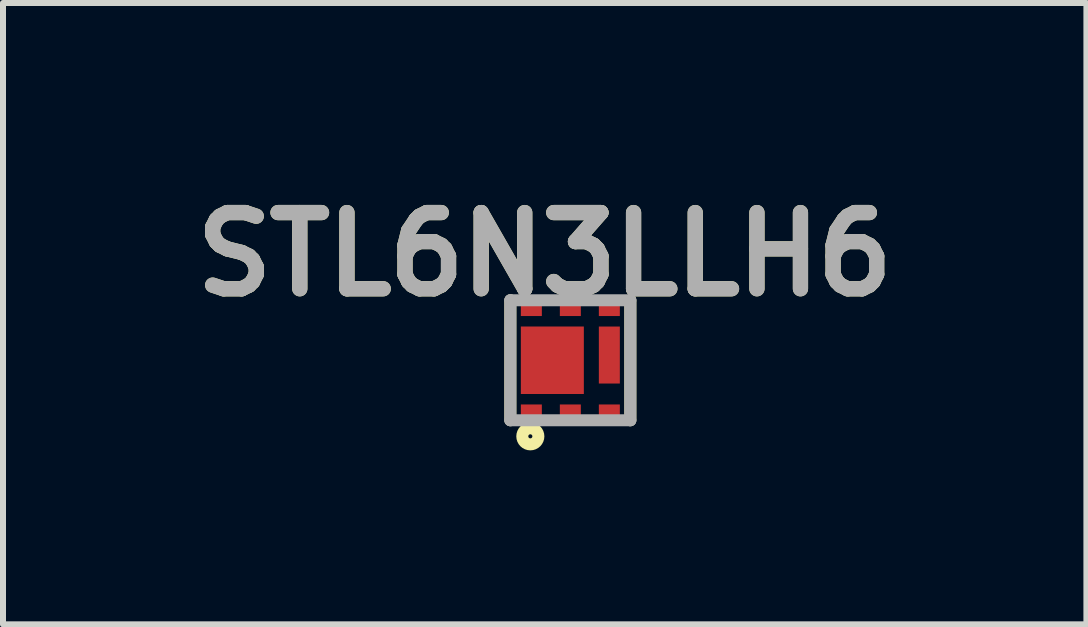
<source format=kicad_pcb>
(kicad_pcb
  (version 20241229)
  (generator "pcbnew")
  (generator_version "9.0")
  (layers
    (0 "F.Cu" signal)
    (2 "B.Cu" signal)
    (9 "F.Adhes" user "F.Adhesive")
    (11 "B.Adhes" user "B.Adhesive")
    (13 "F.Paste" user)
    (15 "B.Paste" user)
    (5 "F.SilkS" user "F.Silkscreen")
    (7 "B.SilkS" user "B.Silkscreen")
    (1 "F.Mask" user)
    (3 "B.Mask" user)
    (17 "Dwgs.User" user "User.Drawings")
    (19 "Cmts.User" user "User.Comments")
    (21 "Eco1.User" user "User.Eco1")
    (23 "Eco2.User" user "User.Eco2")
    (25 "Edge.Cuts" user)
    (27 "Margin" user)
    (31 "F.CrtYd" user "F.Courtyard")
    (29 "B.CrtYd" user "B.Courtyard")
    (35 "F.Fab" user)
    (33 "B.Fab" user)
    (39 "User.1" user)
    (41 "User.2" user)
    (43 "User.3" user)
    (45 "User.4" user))
  (footprint "STL6N3LLH6"
    (layer "F.Cu")
    (at 6.457 2.955)
    (property "Reference" "STL6N3LLH6" (at -0.428 -1.766 0) (layer "F.SilkS") (effects (font (size 1.27 1.27) (thickness 0.254))))
    (attr smd)
    (fp_line (start -1 -1) (end -1 1) (stroke (width 0.2) (type solid)) (layer "F.SilkS"))
    (fp_line (start 1 -1) (end 1 1) (stroke (width 0.2) (type solid)) (layer "F.SilkS"))
    (fp_circle (center -0.667 1.268) (end -0.667 1.302) (stroke (width 0.2) (type solid)) (fill no) (layer "F.SilkS"))
    (fp_line (start -1 -1) (end 1 -1) (stroke (width 0.2) (type solid)) (layer "F.Fab"))
    (fp_line (start -1 1) (end -1 -1) (stroke (width 0.2) (type solid)) (layer "F.Fab"))
    (fp_line (start 1 -1) (end 1 1) (stroke (width 0.2) (type solid)) (layer "F.Fab"))
    (fp_line (start 1 1) (end -1 1) (stroke (width 0.2) (type solid)) (layer "F.Fab"))
    (fp_text user "${REFERENCE}" (at -0.428 -1.766 0) (layer "F.Fab") (effects (font (size 1.27 1.27) (thickness 0.254))))
    (pad "1" smd rect (at -0.65 0.887 90) (size 0.3 0.35) (layers "F.Cu" "F.Mask" "F.Paste"))
    (pad "2" smd rect (at 0 0.887 90) (size 0.3 0.35) (layers "F.Cu" "F.Mask" "F.Paste"))
    (pad "3" smd rect (at 0.65 0.887 90) (size 0.3 0.35) (layers "F.Cu" "F.Mask" "F.Paste"))
    (pad "4" smd rect (at 0.65 -0.887 90) (size 0.3 0.35) (layers "F.Cu" "F.Mask" "F.Paste"))
    (pad "5" smd rect (at 0 -0.887 90) (size 0.3 0.35) (layers "F.Cu" "F.Mask" "F.Paste"))
    (pad "6" smd rect (at -0.65 -0.887 90) (size 0.3 0.35) (layers "F.Cu" "F.Mask" "F.Paste"))
    (pad "7" smd rect (at -0.3 0) (size 1.05 1.125) (layers "F.Cu" "F.Mask" "F.Paste"))
    (pad "8" smd rect (at 0.65 -0.087) (size 0.35 0.95) (layers "F.Cu" "F.Mask" "F.Paste")))
  (gr_rect
    (start -3 -3)
    (end 15.059 7.357)
    (stroke (width 0.1) (type default))
    (fill no)
    (layer "Edge.Cuts")))
</source>
